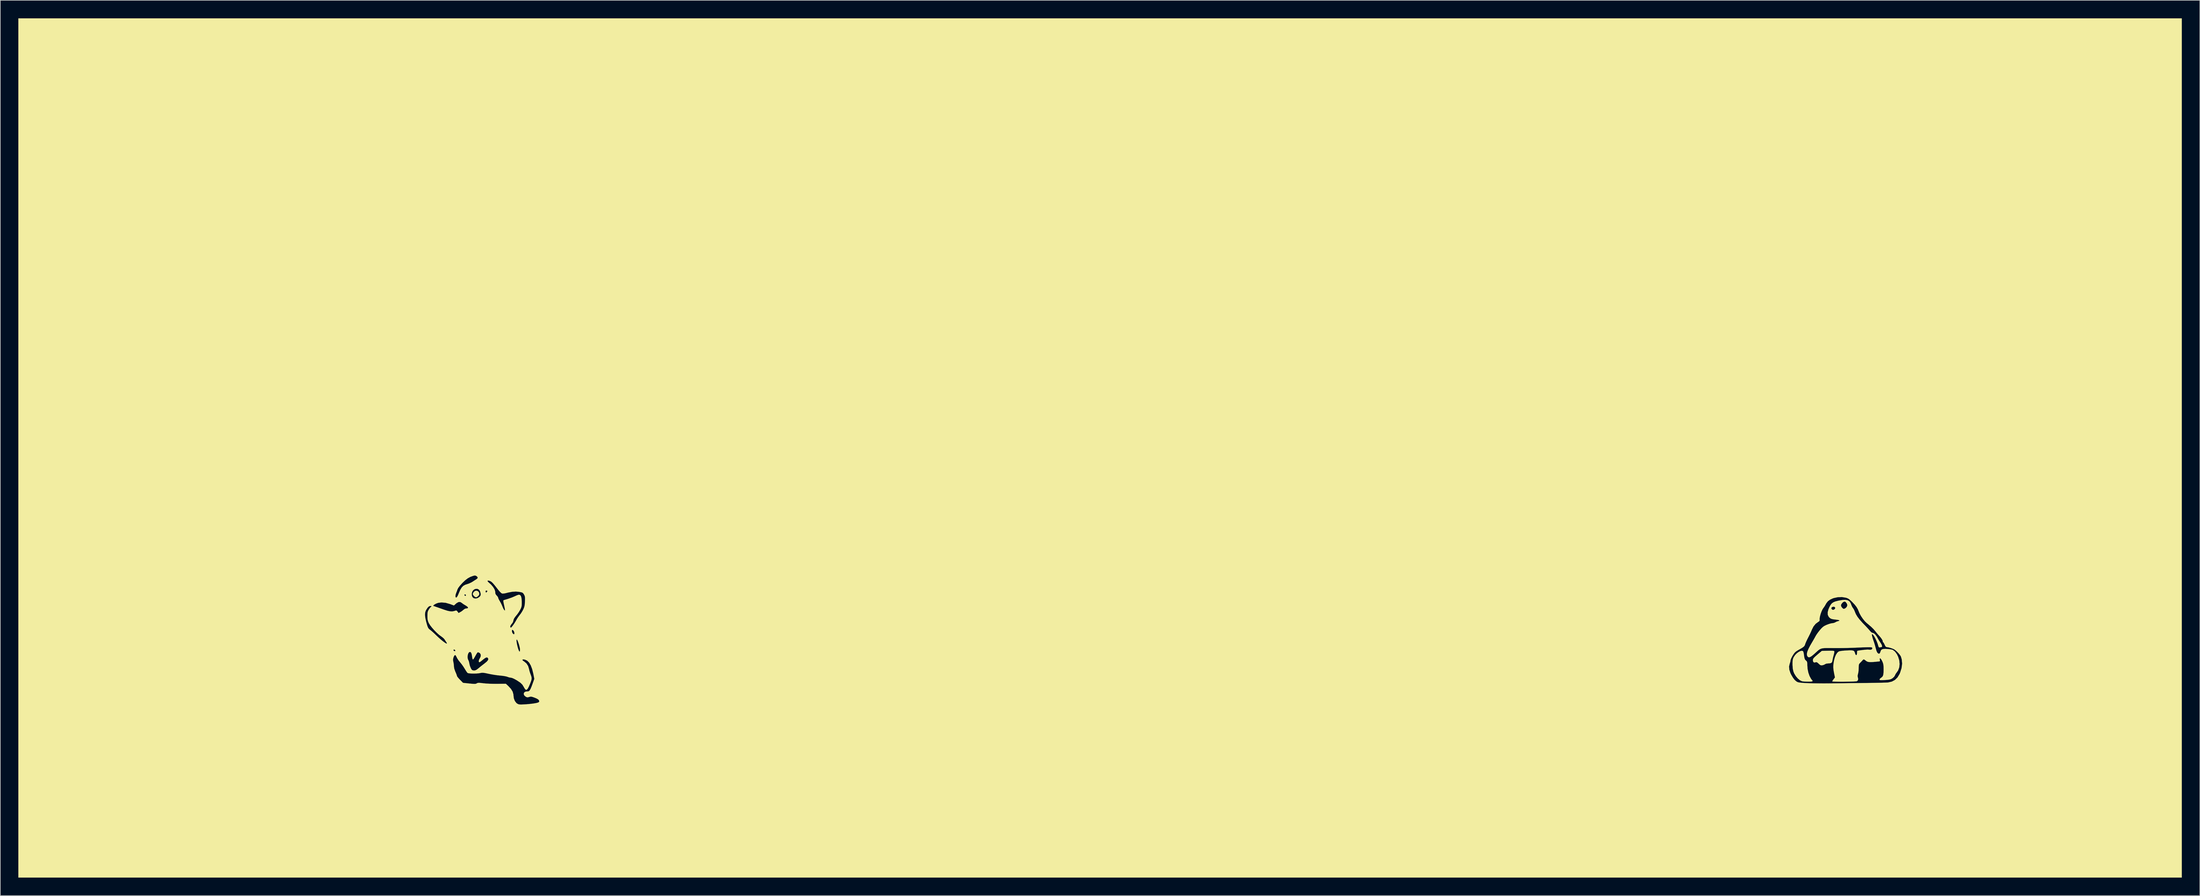
<source format=kicad_pcb>
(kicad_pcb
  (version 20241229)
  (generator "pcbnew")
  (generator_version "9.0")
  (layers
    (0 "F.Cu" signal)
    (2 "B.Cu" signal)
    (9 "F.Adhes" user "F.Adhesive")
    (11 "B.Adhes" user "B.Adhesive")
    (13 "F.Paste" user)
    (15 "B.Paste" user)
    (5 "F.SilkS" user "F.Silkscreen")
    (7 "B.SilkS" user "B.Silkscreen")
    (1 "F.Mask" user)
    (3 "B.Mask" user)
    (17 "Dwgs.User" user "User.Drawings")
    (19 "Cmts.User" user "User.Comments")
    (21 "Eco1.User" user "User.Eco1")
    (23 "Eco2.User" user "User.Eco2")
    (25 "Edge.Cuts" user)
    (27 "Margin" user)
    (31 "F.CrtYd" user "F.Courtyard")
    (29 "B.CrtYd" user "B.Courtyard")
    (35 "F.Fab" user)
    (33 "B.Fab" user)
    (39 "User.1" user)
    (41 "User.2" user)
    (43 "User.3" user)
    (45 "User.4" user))
  (footprint "silkscreen v4"
    (layer "F.Cu")
    (at 180.006 71.464)
    (property "Reference" "silkscreen v4" (at 0 0 0) (layer "F.SilkS") (effects (font (size 1.524 1.524) (thickness 0.3))))
    (attr through_hole)
    (fp_poly (pts (xy -103.518 23.887) (xy -103.353 24.083) (xy -103.293 24.354) (xy -103.362 24.535) (xy -103.526 24.722) (xy -103.727 24.858) (xy -103.859 24.892) (xy -103.996 24.836) (xy -104.17 24.7) (xy -104.186 24.684) (xy -104.353 24.473) (xy -104.374 24.283) (xy -104.254 24.06) (xy -104.219 24.014) (xy -103.994 23.837) (xy -103.746 23.8) (xy -103.518 23.887)) (stroke (width 0.01) (type solid)) (fill yes) (layer "F.SilkS"))
    (fp_poly (pts (xy 121.918 33.799) (xy 122.11 33.829) (xy 122.175 33.868) (xy 122.185 33.997) (xy 122.147 34.232) (xy 122.08 34.489) (xy 121.989 34.825) (xy 121.916 35.148) (xy 121.886 35.331) (xy 121.822 35.634) (xy 121.694 35.808) (xy 121.464 35.886) (xy 121.218 35.899) (xy 120.886 35.929) (xy 120.666 36.013) (xy 120.646 36.029) (xy 120.465 36.132) (xy 120.218 36.206) (xy 120.197 36.209) (xy 119.999 36.224) (xy 119.842 36.172) (xy 119.663 36.027) (xy 119.581 35.948) (xy 119.346 35.746) (xy 119.178 35.686) (xy 119.135 35.697) (xy 118.873 35.761) (xy 118.702 35.682) (xy 118.623 35.461) (xy 118.618 35.354) (xy 118.633 35.222) (xy 118.694 35.092) (xy 118.822 34.937) (xy 119.039 34.731) (xy 119.359 34.454) (xy 120.1 33.824) (xy 121.106 33.796) (xy 121.588 33.789) (xy 121.918 33.799)) (stroke (width 0.01) (type solid)) (fill yes) (layer "F.SilkS"))
    (fp_poly (pts (xy 116.949 33.848) (xy 116.983 33.881) (xy 117.045 34.027) (xy 117.101 34.273) (xy 117.122 34.417) (xy 117.173 34.81) (xy 117.229 35.074) (xy 117.303 35.251) (xy 117.409 35.38) (xy 117.473 35.436) (xy 117.587 35.546) (xy 117.652 35.677) (xy 117.68 35.878) (xy 117.687 36.198) (xy 117.687 36.202) (xy 117.733 36.828) (xy 117.861 37.445) (xy 118.059 38.007) (xy 118.311 38.471) (xy 118.461 38.661) (xy 118.57 38.792) (xy 118.562 38.857) (xy 118.478 38.897) (xy 118.32 38.923) (xy 118.044 38.935) (xy 117.705 38.936) (xy 117.354 38.926) (xy 117.044 38.906) (xy 116.827 38.876) (xy 116.798 38.869) (xy 116.454 38.697) (xy 116.102 38.4) (xy 115.778 38.016) (xy 115.515 37.583) (xy 115.385 37.271) (xy 115.278 36.794) (xy 115.233 36.19) (xy 115.231 36.012) (xy 115.237 35.614) (xy 115.262 35.331) (xy 115.314 35.112) (xy 115.405 34.904) (xy 115.45 34.819) (xy 115.662 34.508) (xy 115.931 34.233) (xy 116.224 34.01) (xy 116.512 33.859) (xy 116.764 33.799) (xy 116.949 33.848)) (stroke (width 0.01) (type solid)) (fill yes) (layer "F.SilkS"))
    (fp_poly (pts (xy 124.416 25.398) (xy 124.689 25.567) (xy 124.883 25.837) (xy 124.972 26.061) (xy 125.086 26.351) (xy 125.217 26.6) (xy 125.288 26.696) (xy 125.417 26.888) (xy 125.547 27.161) (xy 125.595 27.289) (xy 125.771 27.705) (xy 126.029 28.137) (xy 126.387 28.606) (xy 126.861 29.138) (xy 127.097 29.383) (xy 127.417 29.714) (xy 127.715 30.033) (xy 127.959 30.305) (xy 128.118 30.494) (xy 128.126 30.504) (xy 128.346 30.732) (xy 128.545 30.818) (xy 128.555 30.819) (xy 128.772 30.896) (xy 129.011 31.11) (xy 129.248 31.437) (xy 129.367 31.652) (xy 129.528 31.94) (xy 129.732 32.265) (xy 129.842 32.424) (xy 130.022 32.716) (xy 130.118 32.96) (xy 130.121 33.127) (xy 130.027 33.19) (xy 129.86 33.212) (xy 129.748 33.238) (xy 129.641 33.243) (xy 129.565 33.165) (xy 129.495 32.969) (xy 129.463 32.847) (xy 129.353 32.508) (xy 129.196 32.124) (xy 129.012 31.741) (xy 128.827 31.408) (xy 128.662 31.171) (xy 128.61 31.116) (xy 128.487 31.016) (xy 128.444 31.048) (xy 128.439 31.184) (xy 128.468 31.366) (xy 128.544 31.652) (xy 128.652 31.988) (xy 128.685 32.08) (xy 128.827 32.499) (xy 128.964 32.959) (xy 129.069 33.362) (xy 129.072 33.373) (xy 129.197 33.82) (xy 129.337 34.112) (xy 129.5 34.262) (xy 129.629 34.29) (xy 129.757 34.216) (xy 129.849 33.986) (xy 129.852 33.974) (xy 129.939 33.738) (xy 130.086 33.586) (xy 130.32 33.505) (xy 130.67 33.485) (xy 131.019 33.502) (xy 131.37 33.539) (xy 131.68 33.591) (xy 131.888 33.649) (xy 131.911 33.659) (xy 132.277 33.938) (xy 132.599 34.38) (xy 132.801 34.797) (xy 132.985 35.4) (xy 133.043 36.002) (xy 132.98 36.57) (xy 132.797 37.073) (xy 132.552 37.423) (xy 132.385 37.654) (xy 132.275 37.888) (xy 132.142 38.111) (xy 131.909 38.332) (xy 131.849 38.375) (xy 131.67 38.484) (xy 131.488 38.557) (xy 131.258 38.606) (xy 130.937 38.641) (xy 130.606 38.664) (xy 130.205 38.685) (xy 129.943 38.69) (xy 129.793 38.675) (xy 129.724 38.638) (xy 129.709 38.583) (xy 129.776 38.451) (xy 129.94 38.312) (xy 129.956 38.302) (xy 130.137 38.169) (xy 130.26 37.997) (xy 130.336 37.755) (xy 130.375 37.411) (xy 130.387 36.933) (xy 130.387 36.9) (xy 130.381 36.478) (xy 130.357 36.169) (xy 130.305 35.92) (xy 130.218 35.675) (xy 130.163 35.549) (xy 130.02 35.276) (xy 129.888 35.103) (xy 129.786 35.041) (xy 129.734 35.102) (xy 129.75 35.296) (xy 129.752 35.306) (xy 129.771 35.483) (xy 129.74 35.563) (xy 129.737 35.563) (xy 129.621 35.573) (xy 129.391 35.595) (xy 129.159 35.619) (xy 128.615 35.668) (xy 128.207 35.684) (xy 127.905 35.664) (xy 127.677 35.605) (xy 127.495 35.503) (xy 127.433 35.454) (xy 127.217 35.287) (xy 127.075 35.233) (xy 126.965 35.283) (xy 126.898 35.359) (xy 126.77 35.504) (xy 126.582 35.699) (xy 126.513 35.768) (xy 126.372 35.916) (xy 126.29 36.053) (xy 126.251 36.23) (xy 126.239 36.499) (xy 126.238 36.677) (xy 126.222 37.043) (xy 126.181 37.39) (xy 126.123 37.644) (xy 126.123 37.645) (xy 126.059 37.921) (xy 126.071 38.133) (xy 126.075 38.142) (xy 126.152 38.469) (xy 126.106 38.716) (xy 125.94 38.863) (xy 125.936 38.864) (xy 125.8 38.886) (xy 125.533 38.905) (xy 125.164 38.92) (xy 124.72 38.932) (xy 124.229 38.941) (xy 123.72 38.946) (xy 123.22 38.946) (xy 122.757 38.943) (xy 122.36 38.935) (xy 122.057 38.923) (xy 121.875 38.906) (xy 121.835 38.891) (xy 121.882 38.796) (xy 122.001 38.621) (xy 122.063 38.537) (xy 122.291 38.239) (xy 122.148 37.544) (xy 122.051 36.998) (xy 122.013 36.535) (xy 122.033 36.079) (xy 122.111 35.555) (xy 122.131 35.449) (xy 122.269 34.917) (xy 122.458 34.464) (xy 122.682 34.121) (xy 122.925 33.918) (xy 123.101 33.868) (xy 123.408 33.819) (xy 123.808 33.778) (xy 124.21 33.751) (xy 124.705 33.73) (xy 125.058 33.733) (xy 125.297 33.767) (xy 125.451 33.843) (xy 125.546 33.968) (xy 125.61 34.152) (xy 125.624 34.205) (xy 125.718 34.445) (xy 125.824 34.535) (xy 125.914 34.474) (xy 125.96 34.263) (xy 125.961 34.207) (xy 125.971 33.979) (xy 125.997 33.833) (xy 126.007 33.815) (xy 126.108 33.786) (xy 126.332 33.747) (xy 126.638 33.705) (xy 126.979 33.664) (xy 127.312 33.631) (xy 127.593 33.609) (xy 127.762 33.605) (xy 128.021 33.62) (xy 128.174 33.633) (xy 128.365 33.599) (xy 128.488 33.484) (xy 128.508 33.337) (xy 128.46 33.261) (xy 128.392 33.23) (xy 128.248 33.211) (xy 128.011 33.203) (xy 127.666 33.206) (xy 127.195 33.22) (xy 126.582 33.245) (xy 126.134 33.266) (xy 125.397 33.297) (xy 124.587 33.322) (xy 123.76 33.34) (xy 122.971 33.35) (xy 122.274 33.35) (xy 122.047 33.348) (xy 121.397 33.34) (xy 120.889 33.34) (xy 120.498 33.355) (xy 120.195 33.391) (xy 119.956 33.455) (xy 119.752 33.552) (xy 119.557 33.689) (xy 119.345 33.872) (xy 119.173 34.03) (xy 118.752 34.408) (xy 118.428 34.671) (xy 118.182 34.828) (xy 117.995 34.886) (xy 117.85 34.856) (xy 117.729 34.746) (xy 117.72 34.734) (xy 117.627 34.53) (xy 117.621 34.261) (xy 117.705 33.915) (xy 117.885 33.479) (xy 118.164 32.939) (xy 118.546 32.284) (xy 118.745 31.947) (xy 118.942 31.598) (xy 119.073 31.353) (xy 119.226 31.099) (xy 119.453 30.777) (xy 119.712 30.444) (xy 119.8 30.338) (xy 120.076 30.028) (xy 120.307 29.815) (xy 120.546 29.656) (xy 120.847 29.512) (xy 120.944 29.47) (xy 121.282 29.345) (xy 121.597 29.252) (xy 121.83 29.211) (xy 121.853 29.21) (xy 122.117 29.167) (xy 122.336 29.07) (xy 122.572 28.948) (xy 122.8 28.876) (xy 122.998 28.815) (xy 123.036 28.751) (xy 122.922 28.689) (xy 122.665 28.636) (xy 122.403 28.608) (xy 121.981 28.558) (xy 121.683 28.483) (xy 121.464 28.362) (xy 121.28 28.179) (xy 121.249 28.141) (xy 121.093 27.806) (xy 121.082 27.385) (xy 121.216 26.877) (xy 121.32 26.638) (xy 121.7 26.638) (xy 121.701 26.804) (xy 121.745 26.875) (xy 121.912 26.996) (xy 122.105 26.963) (xy 122.209 26.897) (xy 122.333 26.735) (xy 122.312 26.576) (xy 122.165 26.473) (xy 122.055 26.458) (xy 121.828 26.51) (xy 121.7 26.638) (xy 121.32 26.638) (xy 121.373 26.517) (xy 121.482 26.32) (xy 123.292 26.32) (xy 123.419 26.562) (xy 123.482 26.632) (xy 123.638 26.78) (xy 123.746 26.828) (xy 123.879 26.791) (xy 123.985 26.744) (xy 124.171 26.595) (xy 124.294 26.407) (xy 124.347 26.215) (xy 124.309 26.037) (xy 124.232 25.89) (xy 124.054 25.661) (xy 123.87 25.597) (xy 123.659 25.694) (xy 123.528 25.811) (xy 123.329 26.076) (xy 123.292 26.32) (xy 121.482 26.32) (xy 121.566 26.167) (xy 121.77 25.913) (xy 122.023 25.73) (xy 122.361 25.591) (xy 122.822 25.472) (xy 122.948 25.446) (xy 123.563 25.343) (xy 124.047 25.325) (xy 124.416 25.398)) (stroke (width 0.01) (type solid)) (fill yes) (layer "F.SilkS"))
    (fp_poly (pts (xy 180.001 71.543) (xy -180.001 71.543) (xy -180.001 35.182) (xy -107.667 35.182) (xy -107.663 35.441) (xy -107.622 35.625) (xy -107.56 35.956) (xy -107.528 36.309) (xy -107.527 36.367) (xy -107.471 36.755) (xy -107.313 37.218) (xy -107.273 37.309) (xy -107.147 37.602) (xy -107.056 37.845) (xy -107.019 37.988) (xy -107.019 37.993) (xy -106.962 38.106) (xy -106.812 38.3) (xy -106.596 38.541) (xy -106.512 38.627) (xy -106.006 39.138) (xy -104.967 39.247) (xy -104.521 39.291) (xy -104.21 39.313) (xy -104 39.312) (xy -103.857 39.288) (xy -103.749 39.24) (xy -103.724 39.225) (xy -103.614 39.168) (xy -103.48 39.14) (xy -103.285 39.138) (xy -102.992 39.164) (xy -102.624 39.208) (xy -102.194 39.249) (xy -101.651 39.281) (xy -101.053 39.3) (xy -100.454 39.306) (xy -100.304 39.305) (xy -98.881 39.288) (xy -98.465 39.677) (xy -98.027 40.151) (xy -97.749 40.609) (xy -97.625 41.063) (xy -97.616 41.205) (xy -97.554 41.709) (xy -97.39 42.146) (xy -97.142 42.477) (xy -97.028 42.569) (xy -96.879 42.66) (xy -96.732 42.715) (xy -96.543 42.741) (xy -96.269 42.743) (xy -95.886 42.729) (xy -95.401 42.698) (xy -94.864 42.649) (xy -94.373 42.59) (xy -94.257 42.573) (xy -93.82 42.499) (xy -93.532 42.423) (xy -93.372 42.335) (xy -93.32 42.223) (xy -93.356 42.073) (xy -93.366 42.049) (xy -93.492 41.9) (xy -93.743 41.75) (xy -94.067 41.613) (xy -94.389 41.496) (xy -94.609 41.438) (xy -94.779 41.433) (xy -94.952 41.473) (xy -94.995 41.486) (xy -95.23 41.546) (xy -95.406 41.524) (xy -95.583 41.434) (xy -95.813 41.231) (xy -95.902 41.005) (xy -95.861 40.794) (xy -95.7 40.636) (xy -95.429 40.57) (xy -95.352 40.572) (xy -95.171 40.564) (xy -95.02 40.499) (xy -94.885 40.355) (xy -94.749 40.109) (xy -94.595 39.74) (xy -94.451 39.348) (xy -94.139 38.473) (xy -94.315 37.588) (xy -94.499 36.845) (xy -94.658 36.425) (xy 114.648 36.425) (xy 114.692 36.957) (xy 114.883 37.534) (xy 115.024 37.817) (xy 115.312 38.299) (xy 115.577 38.646) (xy 115.845 38.885) (xy 116.078 39.019) (xy 116.287 39.074) (xy 116.654 39.121) (xy 117.166 39.161) (xy 117.811 39.193) (xy 118.578 39.216) (xy 119.454 39.23) (xy 120.428 39.235) (xy 121.487 39.23) (xy 122.216 39.222) (xy 122.854 39.213) (xy 123.619 39.204) (xy 124.472 39.193) (xy 125.372 39.183) (xy 126.277 39.173) (xy 127.147 39.164) (xy 127.55 39.16) (xy 128.284 39.151) (xy 128.982 39.141) (xy 129.622 39.128) (xy 130.182 39.115) (xy 130.639 39.101) (xy 130.97 39.087) (xy 131.149 39.074) (xy 131.758 38.933) (xy 132.269 38.661) (xy 132.689 38.251) (xy 133.027 37.697) (xy 133.132 37.458) (xy 133.38 36.672) (xy 133.472 35.938) (xy 133.409 35.244) (xy 133.269 34.764) (xy 133.145 34.551) (xy 132.93 34.279) (xy 132.667 33.995) (xy 132.399 33.745) (xy 132.169 33.574) (xy 132.137 33.556) (xy 131.851 33.431) (xy 131.509 33.315) (xy 131.18 33.228) (xy 130.932 33.191) (xy 130.918 33.19) (xy 130.784 33.149) (xy 130.664 33.004) (xy 130.548 32.766) (xy 130.432 32.531) (xy 130.328 32.378) (xy 130.277 32.343) (xy 130.23 32.307) (xy 130.242 32.29) (xy 130.248 32.173) (xy 130.156 31.967) (xy 129.986 31.706) (xy 129.757 31.422) (xy 129.67 31.327) (xy 129.412 31.038) (xy 129.148 30.722) (xy 129.023 30.562) (xy 128.717 30.201) (xy 128.311 29.804) (xy 127.784 29.352) (xy 127.578 29.186) (xy 127.259 28.877) (xy 126.926 28.465) (xy 126.617 28.004) (xy 126.371 27.551) (xy 126.263 27.288) (xy 126.099 26.883) (xy 125.88 26.507) (xy 125.58 26.121) (xy 125.168 25.681) (xy 125.155 25.667) (xy 124.847 25.373) (xy 124.601 25.178) (xy 124.369 25.051) (xy 124.121 24.966) (xy 123.472 24.858) (xy 122.779 24.877) (xy 122.106 25.018) (xy 121.92 25.082) (xy 121.457 25.298) (xy 121.116 25.554) (xy 120.851 25.892) (xy 120.739 26.092) (xy 120.592 26.35) (xy 120.446 26.569) (xy 120.398 26.628) (xy 120.229 26.88) (xy 120.062 27.234) (xy 119.913 27.641) (xy 119.799 28.049) (xy 119.736 28.407) (xy 119.738 28.651) (xy 119.729 28.805) (xy 119.608 28.931) (xy 119.489 29.002) (xy 119.077 29.31) (xy 118.722 29.745) (xy 118.457 30.266) (xy 118.452 30.278) (xy 118.327 30.579) (xy 118.15 30.963) (xy 117.949 31.367) (xy 117.858 31.543) (xy 117.669 31.912) (xy 117.502 32.27) (xy 117.379 32.561) (xy 117.34 32.673) (xy 117.279 32.853) (xy 117.2 32.997) (xy 117.077 33.128) (xy 116.883 33.27) (xy 116.589 33.448) (xy 116.252 33.639) (xy 115.918 33.838) (xy 115.684 34.017) (xy 115.496 34.228) (xy 115.299 34.522) (xy 115.26 34.586) (xy 115.088 34.893) (xy 114.96 35.172) (xy 114.898 35.372) (xy 114.895 35.401) (xy 114.86 35.625) (xy 114.778 35.896) (xy 114.756 35.952) (xy 114.648 36.425) (xy -94.658 36.425) (xy -94.729 36.237) (xy -94.998 35.774) (xy -95.303 35.465) (xy -95.384 35.413) (xy -95.691 35.274) (xy -95.946 35.225) (xy -96.112 35.273) (xy -96.136 35.301) (xy -96.099 35.386) (xy -95.949 35.513) (xy -95.824 35.595) (xy -95.449 35.911) (xy -95.175 36.343) (xy -95.027 36.841) (xy -94.962 37.126) (xy -94.856 37.475) (xy -94.77 37.712) (xy -94.653 38.033) (xy -94.595 38.285) (xy -94.599 38.52) (xy -94.666 38.792) (xy -94.801 39.154) (xy -94.84 39.254) (xy -95.049 39.745) (xy -95.223 40.079) (xy -95.375 40.262) (xy -95.517 40.302) (xy -95.659 40.203) (xy -95.814 39.972) (xy -95.896 39.818) (xy -96.124 39.446) (xy -96.417 39.151) (xy -96.605 39.011) (xy -97.089 38.696) (xy -97.517 38.459) (xy -97.864 38.313) (xy -98.086 38.269) (xy -98.307 38.235) (xy -98.572 38.151) (xy -98.618 38.131) (xy -98.838 38.066) (xy -99.173 38.002) (xy -99.57 37.949) (xy -99.822 37.925) (xy -100.29 37.875) (xy -100.841 37.796) (xy -101.395 37.699) (xy -101.727 37.631) (xy -102.179 37.534) (xy -102.506 37.477) (xy -102.747 37.455) (xy -102.939 37.465) (xy -103.104 37.498) (xy -103.38 37.547) (xy -103.738 37.578) (xy -104.135 37.591) (xy -104.529 37.587) (xy -104.877 37.567) (xy -105.135 37.53) (xy -105.252 37.486) (xy -105.354 37.366) (xy -105.508 37.14) (xy -105.686 36.854) (xy -105.729 36.781) (xy -105.954 36.425) (xy -106.211 36.062) (xy -106.445 35.77) (xy -106.449 35.765) (xy -106.733 35.418) (xy -106.965 35.06) (xy -107.014 34.965) (xy -105.248 34.965) (xy -105.188 35.231) (xy -105.126 35.351) (xy -105.044 35.538) (xy -104.976 35.804) (xy -104.961 35.899) (xy -104.87 36.292) (xy -104.715 36.684) (xy -104.54 36.978) (xy -104.406 37.05) (xy -104.187 37.084) (xy -104.162 37.084) (xy -103.96 37.055) (xy -103.746 36.952) (xy -103.476 36.751) (xy -103.389 36.679) (xy -103.057 36.405) (xy -102.684 36.111) (xy -102.421 35.911) (xy -102.059 35.613) (xy -101.851 35.364) (xy -101.794 35.159) (xy -101.879 34.991) (xy -101.998 34.902) (xy -102.129 34.914) (xy -102.254 34.97) (xy -102.451 35.095) (xy -102.701 35.286) (xy -102.853 35.415) (xy -103.067 35.586) (xy -103.241 35.69) (xy -103.319 35.706) (xy -103.389 35.604) (xy -103.374 35.41) (xy -103.282 35.173) (xy -103.2 35.04) (xy -103.061 34.742) (xy -103.051 34.455) (xy -103.17 34.223) (xy -103.248 34.157) (xy -103.431 34.069) (xy -103.559 34.054) (xy -103.645 34.141) (xy -103.778 34.341) (xy -103.934 34.613) (xy -103.964 34.67) (xy -104.118 34.946) (xy -104.252 35.153) (xy -104.341 35.254) (xy -104.352 35.257) (xy -104.409 35.185) (xy -104.463 34.993) (xy -104.488 34.837) (xy -104.547 34.447) (xy -104.617 34.196) (xy -104.709 34.052) (xy -104.799 33.996) (xy -104.956 34.01) (xy -105.089 34.153) (xy -105.189 34.387) (xy -105.245 34.67) (xy -105.248 34.965) (xy -107.014 34.965) (xy -107.188 34.629) (xy -107.295 34.51) (xy -107.414 34.551) (xy -107.536 34.746) (xy -107.589 34.883) (xy -107.667 35.182) (xy -180.001 35.182) (xy -180.001 33.658) (xy -107.596 33.658) (xy -107.569 33.782) (xy -107.464 33.854) (xy -107.336 33.859) (xy -107.273 33.794) (xy -107.273 33.792) (xy -107.33 33.681) (xy -107.392 33.619) (xy -107.522 33.58) (xy -107.596 33.658) (xy -180.001 33.658) (xy -180.001 27.785) (xy -112.337 27.785) (xy -112.291 28.281) (xy -112.16 28.897) (xy -112.123 29.041) (xy -111.999 29.483) (xy -111.896 29.794) (xy -111.795 30.008) (xy -111.681 30.159) (xy -111.536 30.282) (xy -111.491 30.313) (xy -111.317 30.45) (xy -111.06 30.674) (xy -110.758 30.952) (xy -110.49 31.209) (xy -110.084 31.594) (xy -109.704 31.93) (xy -109.365 32.209) (xy -109.079 32.422) (xy -108.861 32.56) (xy -108.722 32.613) (xy -108.677 32.572) (xy -108.74 32.429) (xy -108.785 32.359) (xy -108.896 32.191) (xy -97.108 32.191) (xy -97.072 32.476) (xy -97.007 32.81) (xy -96.924 33.158) (xy -96.828 33.482) (xy -96.731 33.745) (xy -96.64 33.911) (xy -96.584 33.95) (xy -96.545 33.875) (xy -96.522 33.686) (xy -96.519 33.592) (xy -96.543 33.37) (xy -96.608 33.075) (xy -96.699 32.746) (xy -96.804 32.425) (xy -96.91 32.154) (xy -97.002 31.972) (xy -97.06 31.919) (xy -97.107 31.993) (xy -97.108 32.191) (xy -108.896 32.191) (xy -108.949 32.112) (xy -109.081 31.9) (xy -109.229 31.729) (xy -109.465 31.526) (xy -109.665 31.384) (xy -110.011 31.125) (xy -110.4 30.774) (xy -110.628 30.542) (xy -97.872 30.542) (xy -97.83 30.737) (xy -97.748 30.902) (xy -97.735 30.918) (xy -97.576 31.053) (xy -97.483 31.033) (xy -97.451 30.857) (xy -97.451 30.846) (xy -97.499 30.637) (xy -97.613 30.441) (xy -97.753 30.322) (xy -97.803 30.311) (xy -97.865 30.379) (xy -97.872 30.542) (xy -110.628 30.542) (xy -110.797 30.371) (xy -111.166 29.953) (xy -111.473 29.557) (xy -111.683 29.221) (xy -111.697 29.194) (xy -111.82 28.911) (xy -111.89 28.652) (xy -111.922 28.349) (xy -111.928 28.009) (xy -111.921 27.642) (xy -111.892 27.387) (xy -111.83 27.184) (xy -111.719 26.976) (xy -111.674 26.903) (xy -111.521 26.682) (xy -111.394 26.536) (xy -111.337 26.501) (xy -111.254 26.436) (xy -111.252 26.416) (xy -111.324 26.351) (xy -111.441 26.333) (xy -110.952 26.333) (xy -110.913 26.353) (xy -110.852 26.371) (xy -110.763 26.4) (xy -110.624 26.447) (xy -110.413 26.521) (xy -110.108 26.628) (xy -109.687 26.776) (xy -109.135 26.971) (xy -108.585 27.146) (xy -108.144 27.237) (xy -107.776 27.247) (xy -107.444 27.181) (xy -107.377 27.158) (xy -107.176 27.099) (xy -107.054 27.129) (xy -106.932 27.268) (xy -106.92 27.284) (xy -106.753 27.514) (xy -106.441 27.354) (xy -106.18 27.191) (xy -105.949 26.999) (xy -105.924 26.975) (xy -105.666 26.793) (xy -105.431 26.755) (xy -105.225 26.72) (xy -105.166 26.626) (xy -105.25 26.486) (xy -105.471 26.317) (xy -105.599 26.243) (xy -105.871 26.08) (xy -106.111 25.912) (xy -106.196 25.841) (xy -106.457 25.681) (xy -106.737 25.681) (xy -107.045 25.842) (xy -107.185 25.958) (xy -107.521 26.261) (xy -108.138 26.028) (xy -108.899 25.81) (xy -109.607 25.753) (xy -110.108 25.816) (xy -110.369 25.897) (xy -110.616 26.011) (xy -110.817 26.135) (xy -110.94 26.25) (xy -110.952 26.333) (xy -111.441 26.333) (xy -111.449 26.331) (xy -111.673 26.406) (xy -111.907 26.634) (xy -112.159 27.023) (xy -112.179 27.059) (xy -112.3 27.385) (xy -112.337 27.785) (xy -180.001 27.785) (xy -180.001 24.707) (xy -107.272 24.707) (xy -107.242 24.886) (xy -107.222 24.914) (xy -107.121 24.945) (xy -107.003 24.841) (xy -106.862 24.591) (xy -106.803 24.451) (xy -105.774 24.451) (xy -105.764 24.571) (xy -105.739 24.607) (xy -105.62 24.68) (xy -105.549 24.642) (xy -105.511 24.523) (xy -105.555 24.459) (xy -105.685 24.399) (xy -105.774 24.451) (xy -106.803 24.451) (xy -106.738 24.299) (xy -104.559 24.299) (xy -104.542 24.61) (xy -104.428 24.877) (xy -104.214 25.057) (xy -104.198 25.064) (xy -103.881 25.111) (xy -103.543 25.018) (xy -103.268 24.827) (xy -103.107 24.643) (xy -103.055 24.461) (xy -103.068 24.264) (xy -103.177 23.87) (xy -103.185 23.859) (xy -102.258 23.859) (xy -102.243 24.012) (xy -102.19 24.112) (xy -102.116 24.086) (xy -102.041 24.015) (xy -101.947 23.897) (xy -101.979 23.821) (xy -102.023 23.792) (xy -102.174 23.763) (xy -102.258 23.859) (xy -103.185 23.859) (xy -103.373 23.605) (xy -103.643 23.481) (xy -103.97 23.508) (xy -104.067 23.542) (xy -104.318 23.722) (xy -104.484 23.988) (xy -104.559 24.299) (xy -106.738 24.299) (xy -106.69 24.186) (xy -106.685 24.172) (xy -106.457 23.649) (xy -106.225 23.267) (xy -105.966 23) (xy -105.656 22.821) (xy -105.368 22.727) (xy -105 22.602) (xy -104.619 22.425) (xy -104.436 22.318) (xy -104.216 22.174) (xy -101.936 22.174) (xy -101.873 22.304) (xy -101.752 22.416) (xy -101.34 22.789) (xy -101.006 23.183) (xy -100.77 23.569) (xy -100.654 23.915) (xy -100.646 24.043) (xy -100.621 24.302) (xy -100.497 24.51) (xy -100.41 24.6) (xy -100.251 24.784) (xy -100.165 24.945) (xy -100.161 24.976) (xy -100.117 25.12) (xy -100.006 25.345) (xy -99.901 25.522) (xy -99.714 25.852) (xy -99.539 26.218) (xy -99.478 26.369) (xy -99.337 26.705) (xy -99.203 26.952) (xy -99.091 27.085) (xy -99.028 27.09) (xy -99.023 26.991) (xy -99.052 26.773) (xy -99.109 26.481) (xy -99.115 26.455) (xy -99.211 26.022) (xy -99.271 25.726) (xy -99.297 25.54) (xy -99.293 25.437) (xy -99.261 25.388) (xy -99.218 25.37) (xy -98.515 25.158) (xy -97.908 24.947) (xy -97.429 24.748) (xy -97.348 24.709) (xy -97.067 24.582) (xy -96.824 24.495) (xy -96.694 24.469) (xy -96.498 24.532) (xy -96.358 24.729) (xy -96.272 25.069) (xy -96.235 25.56) (xy -96.233 25.682) (xy -96.236 26.068) (xy -96.258 26.344) (xy -96.312 26.569) (xy -96.409 26.802) (xy -96.501 26.984) (xy -96.711 27.341) (xy -96.97 27.712) (xy -97.153 27.938) (xy -97.358 28.194) (xy -97.515 28.437) (xy -97.585 28.598) (xy -97.653 28.877) (xy -97.722 29.061) (xy -97.827 29.221) (xy -97.948 29.368) (xy -98.11 29.606) (xy -98.154 29.796) (xy -98.151 29.812) (xy -98.103 29.933) (xy -98.032 29.95) (xy -97.916 29.851) (xy -97.732 29.625) (xy -97.69 29.57) (xy -97.475 29.26) (xy -97.25 28.897) (xy -97.128 28.68) (xy -96.932 28.348) (xy -96.701 28.014) (xy -96.558 27.833) (xy -96.352 27.559) (xy -96.135 27.212) (xy -95.988 26.933) (xy -95.858 26.635) (xy -95.776 26.362) (xy -95.728 26.053) (xy -95.701 25.646) (xy -95.698 25.579) (xy -95.686 25.186) (xy -95.694 24.915) (xy -95.727 24.719) (xy -95.793 24.551) (xy -95.859 24.431) (xy -95.973 24.254) (xy -96.091 24.143) (xy -96.263 24.072) (xy -96.538 24.014) (xy -96.647 23.994) (xy -97.211 23.941) (xy -97.815 23.977) (xy -98.5 24.107) (xy -98.82 24.19) (xy -99.119 24.254) (xy -99.382 24.279) (xy -99.505 24.27) (xy -99.66 24.174) (xy -99.882 23.961) (xy -100.143 23.656) (xy -100.211 23.569) (xy -100.561 23.12) (xy -100.83 22.787) (xy -101.037 22.549) (xy -101.201 22.387) (xy -101.342 22.278) (xy -101.439 22.221) (xy -101.697 22.119) (xy -101.87 22.108) (xy -101.936 22.174) (xy -104.216 22.174) (xy -104.16 22.137) (xy -103.904 21.974) (xy -103.78 21.897) (xy -103.591 21.732) (xy -103.57 21.567) (xy -103.719 21.398) (xy -103.763 21.368) (xy -103.926 21.284) (xy -104.093 21.274) (xy -104.334 21.333) (xy -104.797 21.503) (xy -105.215 21.732) (xy -105.629 22.048) (xy -106.081 22.479) (xy -106.141 22.541) (xy -106.537 22.981) (xy -106.803 23.335) (xy -106.93 23.587) (xy -107.031 23.881) (xy -107.141 24.159) (xy -107.153 24.185) (xy -107.24 24.452) (xy -107.272 24.707) (xy -180.001 24.707) (xy -180.001 -71.459) (xy 180.001 -71.459) (xy 180.001 71.543)) (stroke (width 0.01) (type solid)) (fill yes) (layer "F.SilkS")))
  (gr_rect
    (start -3 -3)
    (end 363.013 146.012)
    (stroke (width 0.1) (type default))
    (fill no)
    (layer "Edge.Cuts")))
</source>
